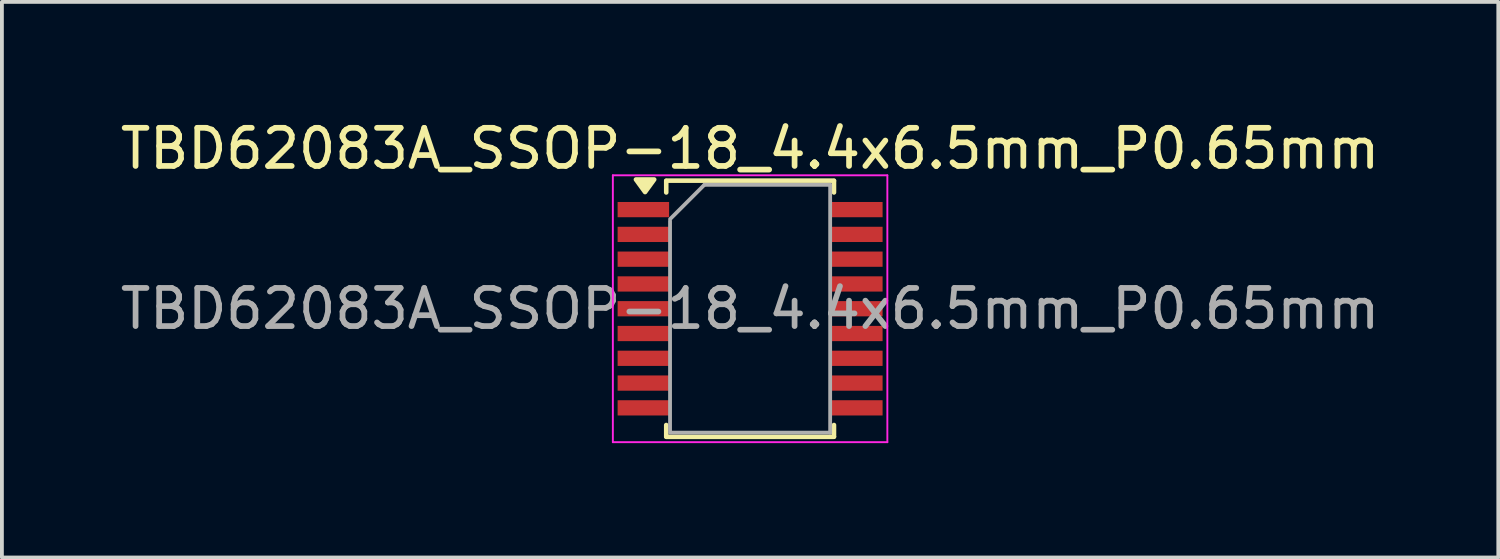
<source format=kicad_pcb>
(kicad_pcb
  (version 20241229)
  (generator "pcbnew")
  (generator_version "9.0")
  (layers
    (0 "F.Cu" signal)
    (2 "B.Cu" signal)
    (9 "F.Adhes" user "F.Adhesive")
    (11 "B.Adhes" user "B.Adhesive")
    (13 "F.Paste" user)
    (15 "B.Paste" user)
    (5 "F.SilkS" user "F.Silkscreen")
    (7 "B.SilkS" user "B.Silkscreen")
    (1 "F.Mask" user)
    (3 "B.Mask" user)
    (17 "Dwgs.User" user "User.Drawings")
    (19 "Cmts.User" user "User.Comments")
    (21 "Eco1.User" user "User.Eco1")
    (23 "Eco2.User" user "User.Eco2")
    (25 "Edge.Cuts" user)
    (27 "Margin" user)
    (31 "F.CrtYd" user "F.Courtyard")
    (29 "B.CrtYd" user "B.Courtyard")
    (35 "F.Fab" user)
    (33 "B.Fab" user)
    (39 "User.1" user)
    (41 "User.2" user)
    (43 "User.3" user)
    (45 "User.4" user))
  (footprint "TBD62083A_SSOP-18_4.4x6.5mm_P0.65mm"
    (layer "F.Cu")
    (at 16.625 5.048)
    (property "Reference" "TBD62083A_SSOP-18_4.4x6.5mm_P0.65mm" (at 0 -4.2 0) (layer "F.SilkS") (effects (font (size 1 1) (thickness 0.15))))
    (attr smd)
    (fp_line (start -2.2 -3.36) (end 2.2 -3.36) (stroke (width 0.12) (type solid)) (layer "F.SilkS"))
    (fp_line (start -2.2 -3.05) (end -2.2 -3.35) (stroke (width 0.12) (type solid)) (layer "F.SilkS"))
    (fp_line (start -2.2 3.05) (end -2.2 3.35) (stroke (width 0.12) (type solid)) (layer "F.SilkS"))
    (fp_line (start -2.2 3.36) (end 2.2 3.36) (stroke (width 0.12) (type solid)) (layer "F.SilkS"))
    (fp_line (start 2.2 -3.35) (end 2.2 -3.05) (stroke (width 0.12) (type solid)) (layer "F.SilkS"))
    (fp_line (start 2.2 3.35) (end 2.2 3.05) (stroke (width 0.12) (type solid)) (layer "F.SilkS"))
    (fp_poly (pts (xy -2.755 -3.06) (xy -2.995 -3.39) (xy -2.515 -3.39) (xy -2.755 -3.06)) (stroke (width 0.12) (type solid)) (fill yes) (layer "F.SilkS"))
    (fp_line (start -3.6 -3.5) (end 3.6 -3.5) (stroke (width 0.05) (type solid)) (layer "F.CrtYd"))
    (fp_line (start -3.6 3.5) (end -3.6 -3.5) (stroke (width 0.05) (type solid)) (layer "F.CrtYd"))
    (fp_line (start 3.6 -3.5) (end 3.6 3.5) (stroke (width 0.05) (type solid)) (layer "F.CrtYd"))
    (fp_line (start 3.6 3.5) (end -3.6 3.5) (stroke (width 0.05) (type solid)) (layer "F.CrtYd"))
    (fp_line (start -2.1 3.2) (end -2.1 -2.3) (stroke (width 0.1) (type solid)) (layer "F.Fab"))
    (fp_line (start -2.099 -2.351) (end -1.2 -3.25) (stroke (width 0.1) (type solid)) (layer "F.Fab"))
    (fp_line (start -1.2 -3.25) (end 2.1 -3.25) (stroke (width 0.1) (type solid)) (layer "F.Fab"))
    (fp_line (start 2.1 -3.25) (end 2.1 3.25) (stroke (width 0.1) (type solid)) (layer "F.Fab"))
    (fp_line (start 2.1 3.25) (end -2.1 3.25) (stroke (width 0.1) (type solid)) (layer "F.Fab"))
    (fp_text user "${REFERENCE}" (at 0 0 0) (layer "F.Fab") (effects (font (size 1 1) (thickness 0.15))))
    (pad "1" smd rect (at -2.8 -2.6) (size 1.35 0.4) (layers "F.Cu" "F.Mask" "F.Paste"))
    (pad "2" smd rect (at -2.8 -1.95) (size 1.35 0.4) (layers "F.Cu" "F.Mask" "F.Paste"))
    (pad "3" smd rect (at -2.8 -1.3) (size 1.35 0.4) (layers "F.Cu" "F.Mask" "F.Paste"))
    (pad "4" smd rect (at -2.8 -0.65) (size 1.35 0.4) (layers "F.Cu" "F.Mask" "F.Paste"))
    (pad "5" smd rect (at -2.8 0) (size 1.35 0.4) (layers "F.Cu" "F.Mask" "F.Paste"))
    (pad "6" smd rect (at -2.8 0.65) (size 1.35 0.4) (layers "F.Cu" "F.Mask" "F.Paste"))
    (pad "7" smd rect (at -2.8 1.3) (size 1.35 0.4) (layers "F.Cu" "F.Mask" "F.Paste"))
    (pad "8" smd rect (at -2.8 1.95) (size 1.35 0.4) (layers "F.Cu" "F.Mask" "F.Paste"))
    (pad "9" smd rect (at -2.8 2.6) (size 1.35 0.4) (layers "F.Cu" "F.Mask" "F.Paste"))
    (pad "10" smd rect (at 2.8 2.6) (size 1.35 0.4) (layers "F.Cu" "F.Mask" "F.Paste"))
    (pad "11" smd rect (at 2.8 1.95) (size 1.35 0.4) (layers "F.Cu" "F.Mask" "F.Paste"))
    (pad "12" smd rect (at 2.8 1.3) (size 1.35 0.4) (layers "F.Cu" "F.Mask" "F.Paste"))
    (pad "13" smd rect (at 2.8 0.65) (size 1.35 0.4) (layers "F.Cu" "F.Mask" "F.Paste"))
    (pad "14" smd rect (at 2.8 0) (size 1.35 0.4) (layers "F.Cu" "F.Mask" "F.Paste"))
    (pad "15" smd rect (at 2.8 -0.65) (size 1.35 0.4) (layers "F.Cu" "F.Mask" "F.Paste"))
    (pad "16" smd rect (at 2.8 -1.3) (size 1.35 0.4) (layers "F.Cu" "F.Mask" "F.Paste"))
    (pad "17" smd rect (at 2.8 -1.95) (size 1.35 0.4) (layers "F.Cu" "F.Mask" "F.Paste"))
    (pad "18" smd rect (at 2.8 -2.6) (size 1.35 0.4) (layers "F.Cu" "F.Mask" "F.Paste")))
  (gr_rect
    (start -3 -3)
    (end 36.25 11.573)
    (stroke (width 0.1) (type default))
    (fill no)
    (layer "Edge.Cuts")))
</source>
